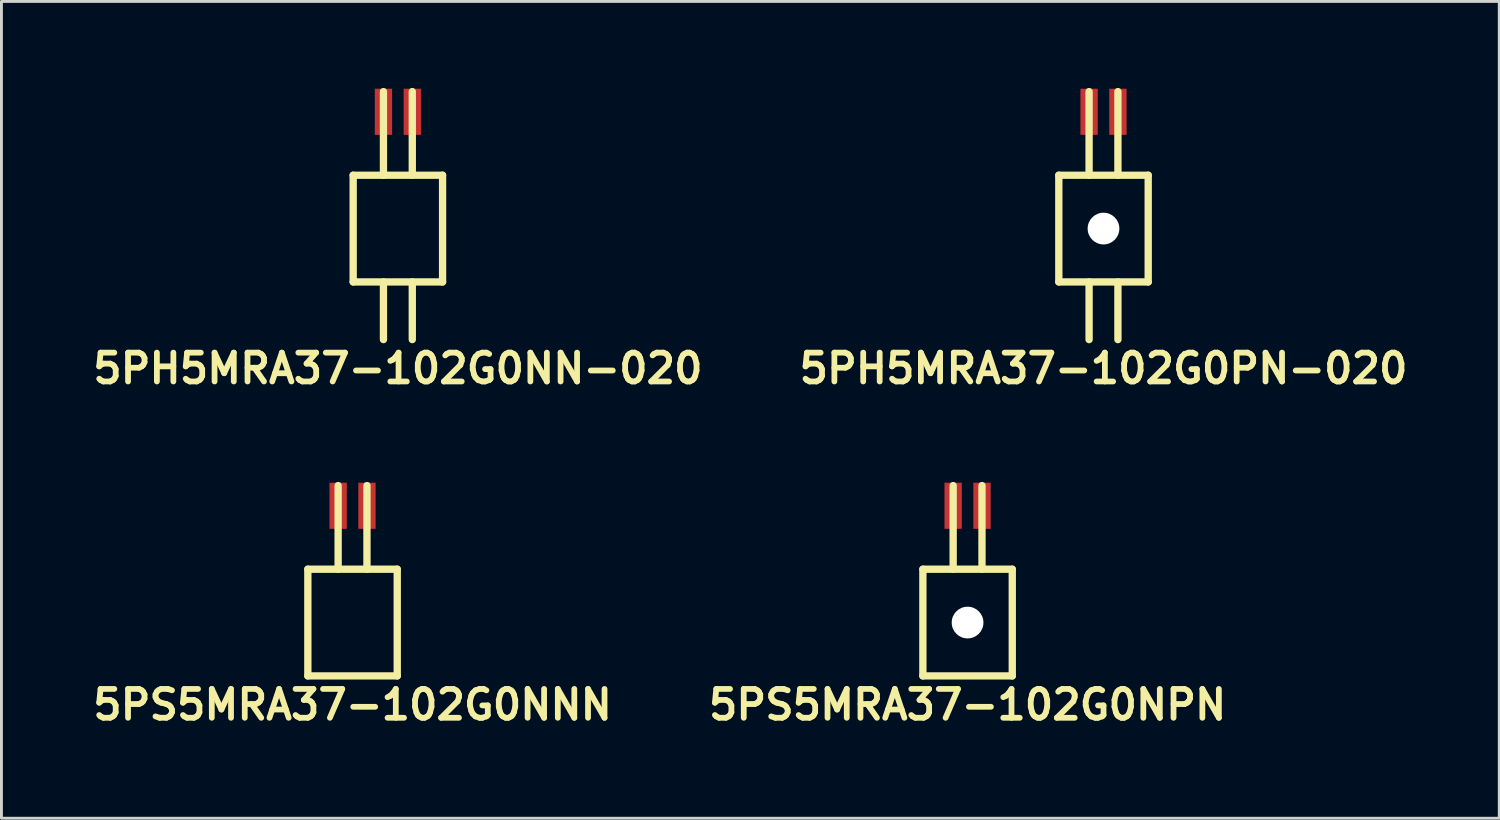
<source format=kicad_pcb>
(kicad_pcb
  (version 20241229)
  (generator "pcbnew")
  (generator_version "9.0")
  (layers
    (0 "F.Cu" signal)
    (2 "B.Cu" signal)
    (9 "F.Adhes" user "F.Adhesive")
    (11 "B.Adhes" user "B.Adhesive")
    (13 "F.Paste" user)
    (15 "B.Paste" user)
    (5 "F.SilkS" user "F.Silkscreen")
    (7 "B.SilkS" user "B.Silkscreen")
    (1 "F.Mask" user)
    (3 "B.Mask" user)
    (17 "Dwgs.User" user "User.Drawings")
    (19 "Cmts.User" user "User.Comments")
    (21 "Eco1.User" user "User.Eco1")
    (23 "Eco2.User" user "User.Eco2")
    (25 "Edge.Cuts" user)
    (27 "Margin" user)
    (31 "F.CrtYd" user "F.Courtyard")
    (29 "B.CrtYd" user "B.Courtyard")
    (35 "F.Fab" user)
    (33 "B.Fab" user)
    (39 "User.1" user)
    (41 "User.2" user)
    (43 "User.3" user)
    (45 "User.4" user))
  (footprint "5PS5MRA37-102G0NNN"
    (layer "F.Cu")
    (at 9.176 16.99)
    (property "Reference" "5PS5MRA37-102G0NNN" (at 0 4.4 0) (layer "F.SilkS") (effects (font (size 1 1) (thickness 0.2))))
    (attr smd)
    (fp_line (start -1.55 -0.3) (end 1.55 -0.3) (stroke (width 0.254) (type solid)) (layer "F.SilkS"))
    (fp_line (start -1.55 -0.3) (end -1.55 3.4) (stroke (width 0.254) (type solid)) (layer "F.SilkS"))
    (fp_line (start -1.55 3.4) (end 1.55 3.4) (stroke (width 0.254) (type solid)) (layer "F.SilkS"))
    (fp_line (start -0.5 -0.3) (end -0.5 -3.2) (stroke (width 0.254) (type solid)) (layer "F.SilkS"))
    (fp_line (start 0.5 -0.3) (end 0.5 -3.2) (stroke (width 0.254) (type solid)) (layer "F.SilkS"))
    (fp_line (start 1.55 -0.3) (end 1.55 3.4) (stroke (width 0.254) (type solid)) (layer "F.SilkS"))
    (pad "1" smd rect (at -0.5 -2.5) (size 0.6 1.6) (layers "F.Cu" "F.Mask" "F.Paste"))
    (pad "2" smd rect (at 0.5 -2.5) (size 0.6 1.6) (layers "F.Cu" "F.Mask" "F.Paste")))
  (footprint "5PS5MRA37-102G0NPN"
    (layer "F.Cu")
    (at 30.505 16.99)
    (property "Reference" "5PS5MRA37-102G0NPN" (at 0 4.4 0) (layer "F.SilkS") (effects (font (size 1 1) (thickness 0.2))))
    (attr smd)
    (fp_line (start -1.55 -0.3) (end 1.55 -0.3) (stroke (width 0.254) (type solid)) (layer "F.SilkS"))
    (fp_line (start -1.55 -0.3) (end -1.55 3.4) (stroke (width 0.254) (type solid)) (layer "F.SilkS"))
    (fp_line (start -1.55 3.4) (end 1.55 3.4) (stroke (width 0.254) (type solid)) (layer "F.SilkS"))
    (fp_line (start -0.5 -0.3) (end -0.5 -3.2) (stroke (width 0.254) (type solid)) (layer "F.SilkS"))
    (fp_line (start 0.5 -0.3) (end 0.5 -3.2) (stroke (width 0.254) (type solid)) (layer "F.SilkS"))
    (fp_line (start 1.55 -0.3) (end 1.55 3.4) (stroke (width 0.254) (type solid)) (layer "F.SilkS"))
    (pad "" np_thru_hole circle (at 0 1.55) (size 1.1 1.1) (drill 1.1) (layers "*.Cu" "*.Mask"))
    (pad "1" smd rect (at -0.5 -2.5) (size 0.6 1.6) (layers "F.Cu" "F.Mask" "F.Paste"))
    (pad "2" smd rect (at 0.5 -2.5) (size 0.6 1.6) (layers "F.Cu" "F.Mask" "F.Paste")))
  (footprint "5PH5MRA37-102G0NN-020"
    (layer "F.Cu")
    (at 10.748 3.327)
    (property "Reference" "5PH5MRA37-102G0NN-020" (at 0 6.4 0) (layer "F.SilkS") (effects (font (size 1 1) (thickness 0.2))))
    (attr smd)
    (fp_line (start -1.55 -0.3) (end 1.55 -0.3) (stroke (width 0.254) (type solid)) (layer "F.SilkS"))
    (fp_line (start -1.55 -0.3) (end -1.55 3.4) (stroke (width 0.254) (type solid)) (layer "F.SilkS"))
    (fp_line (start -1.55 3.4) (end 1.55 3.4) (stroke (width 0.254) (type solid)) (layer "F.SilkS"))
    (fp_line (start -0.5 -0.3) (end -0.5 -3.2) (stroke (width 0.254) (type solid)) (layer "F.SilkS"))
    (fp_line (start -0.5 3.4) (end -0.5 5.4) (stroke (width 0.254) (type solid)) (layer "F.SilkS"))
    (fp_line (start 0.5 -0.3) (end 0.5 -3.2) (stroke (width 0.254) (type solid)) (layer "F.SilkS"))
    (fp_line (start 0.5 3.4) (end 0.5 5.4) (stroke (width 0.254) (type solid)) (layer "F.SilkS"))
    (fp_line (start 1.55 -0.3) (end 1.55 3.4) (stroke (width 0.254) (type solid)) (layer "F.SilkS"))
    (pad "1" smd rect (at 0.5 -2.5) (size 0.6 1.6) (layers "F.Cu" "F.Mask" "F.Paste"))
    (pad "2" smd rect (at -0.5 -2.5) (size 0.6 1.6) (layers "F.Cu" "F.Mask" "F.Paste")))
  (footprint "5PH5MRA37-102G0PN-020"
    (layer "F.Cu")
    (at 35.219 3.327)
    (property "Reference" "5PH5MRA37-102G0PN-020" (at 0 6.4 0) (layer "F.SilkS") (effects (font (size 1 1) (thickness 0.2))))
    (attr smd)
    (fp_line (start -1.55 -0.3) (end 1.55 -0.3) (stroke (width 0.254) (type solid)) (layer "F.SilkS"))
    (fp_line (start -1.55 -0.3) (end -1.55 3.4) (stroke (width 0.254) (type solid)) (layer "F.SilkS"))
    (fp_line (start -1.55 3.4) (end 1.55 3.4) (stroke (width 0.254) (type solid)) (layer "F.SilkS"))
    (fp_line (start -0.5 -0.3) (end -0.5 -3.2) (stroke (width 0.254) (type solid)) (layer "F.SilkS"))
    (fp_line (start -0.5 3.4) (end -0.5 5.4) (stroke (width 0.254) (type solid)) (layer "F.SilkS"))
    (fp_line (start 0.5 -0.3) (end 0.5 -3.2) (stroke (width 0.254) (type solid)) (layer "F.SilkS"))
    (fp_line (start 0.5 3.4) (end 0.5 5.4) (stroke (width 0.254) (type solid)) (layer "F.SilkS"))
    (fp_line (start 1.55 -0.3) (end 1.55 3.4) (stroke (width 0.254) (type solid)) (layer "F.SilkS"))
    (pad "" np_thru_hole circle (at 0 1.55) (size 1.1 1.1) (drill 1.1) (layers "*.Cu" "*.Mask"))
    (pad "1" smd rect (at 0.5 -2.5) (size 0.6 1.6) (layers "F.Cu" "F.Mask" "F.Paste"))
    (pad "2" smd rect (at -0.5 -2.5) (size 0.6 1.6) (layers "F.Cu" "F.Mask" "F.Paste")))
  (gr_rect
    (start -3 -3)
    (end 48.943 25.326)
    (stroke (width 0.1) (type default))
    (fill no)
    (layer "Edge.Cuts")))
</source>
